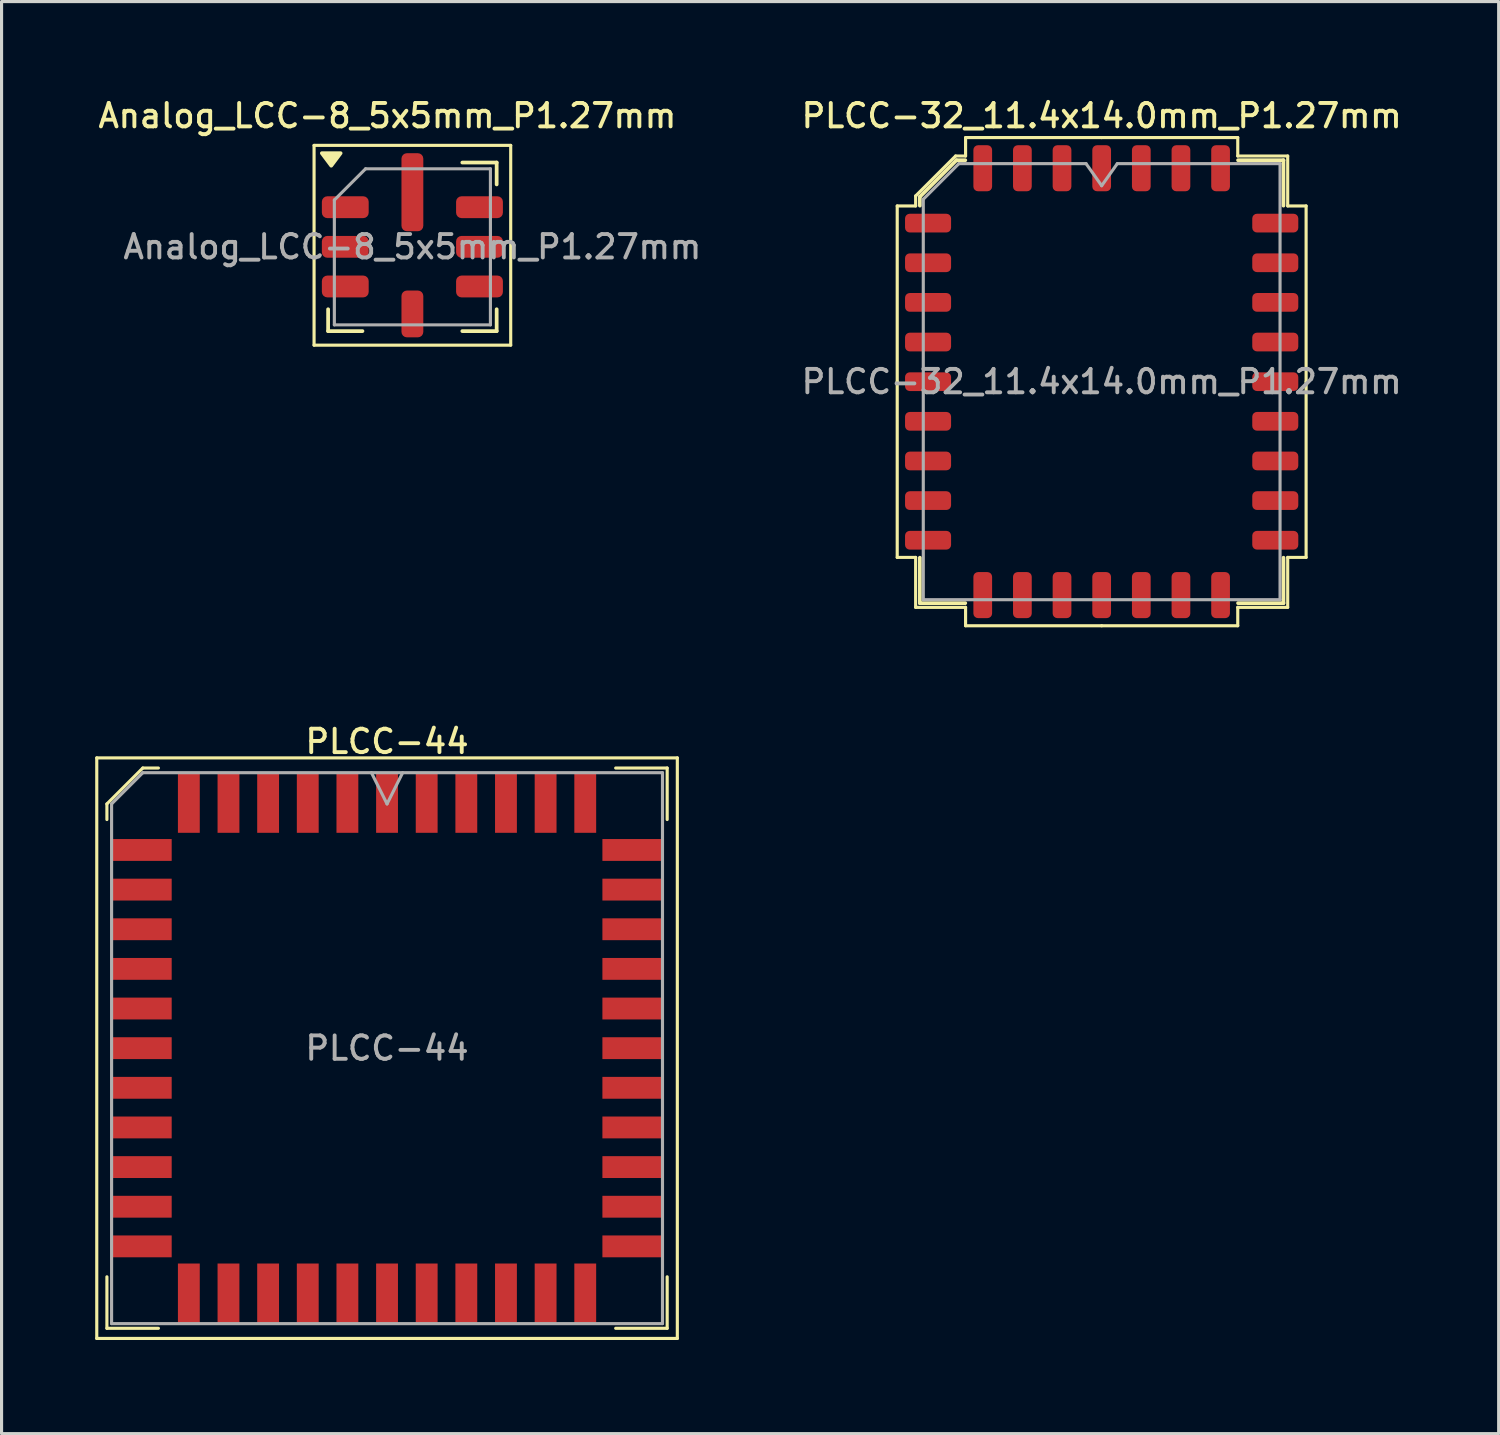
<source format=kicad_pcb>
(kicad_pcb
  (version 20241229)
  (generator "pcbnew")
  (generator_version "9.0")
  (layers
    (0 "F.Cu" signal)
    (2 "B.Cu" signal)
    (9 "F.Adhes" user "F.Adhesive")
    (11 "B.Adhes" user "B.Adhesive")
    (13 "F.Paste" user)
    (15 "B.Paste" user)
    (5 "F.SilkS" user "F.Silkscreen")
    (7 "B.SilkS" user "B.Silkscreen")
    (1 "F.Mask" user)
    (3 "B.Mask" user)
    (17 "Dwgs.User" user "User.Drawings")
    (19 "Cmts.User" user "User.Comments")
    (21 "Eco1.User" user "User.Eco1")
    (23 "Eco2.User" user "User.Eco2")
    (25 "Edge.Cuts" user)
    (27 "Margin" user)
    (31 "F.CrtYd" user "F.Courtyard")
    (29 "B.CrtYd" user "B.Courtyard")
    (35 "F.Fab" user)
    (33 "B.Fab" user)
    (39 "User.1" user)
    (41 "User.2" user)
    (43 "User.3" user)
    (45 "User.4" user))
  (footprint "PLCC-32_11.4x14.0mm_P1.27mm"
    (layer "F.Cu")
    (at 32.245 9.178)
    (property "Reference" "PLCC-32_11.4x14.0mm_P1.27mm" (at 0 -8.52 0) (layer "F.SilkS") (effects (font (size 0.75 0.75) (thickness 0.125))))
    (attr smd)
    (fp_line (start -6.55 -5.63) (end -6.55 0) (stroke (width 0.1) (type solid)) (layer "F.SilkS"))
    (fp_line (start -6.55 5.63) (end -6.55 0) (stroke (width 0.1) (type solid)) (layer "F.SilkS"))
    (fp_line (start -5.96 -5.95) (end -5.96 -5.63) (stroke (width 0.1) (type solid)) (layer "F.SilkS"))
    (fp_line (start -5.96 -5.63) (end -6.55 -5.63) (stroke (width 0.1) (type solid)) (layer "F.SilkS"))
    (fp_line (start -5.96 5.63) (end -6.55 5.63) (stroke (width 0.1) (type solid)) (layer "F.SilkS"))
    (fp_line (start -5.96 7.23) (end -5.96 5.63) (stroke (width 0.1) (type solid)) (layer "F.SilkS"))
    (fp_line (start -5.825 -5.923) (end -5.825 -5.64) (stroke (width 0.12) (type solid)) (layer "F.SilkS"))
    (fp_line (start -5.825 7.095) (end -5.825 5.64) (stroke (width 0.12) (type solid)) (layer "F.SilkS"))
    (fp_line (start -4.68 -7.23) (end -5.96 -5.95) (stroke (width 0.1) (type solid)) (layer "F.SilkS"))
    (fp_line (start -4.653 -7.095) (end -5.825 -5.923) (stroke (width 0.12) (type solid)) (layer "F.SilkS"))
    (fp_line (start -4.37 -7.095) (end -4.653 -7.095) (stroke (width 0.12) (type solid)) (layer "F.SilkS"))
    (fp_line (start -4.37 7.095) (end -5.825 7.095) (stroke (width 0.12) (type solid)) (layer "F.SilkS"))
    (fp_line (start -4.36 -7.82) (end -4.36 -7.23) (stroke (width 0.1) (type solid)) (layer "F.SilkS"))
    (fp_line (start -4.36 -7.23) (end -4.68 -7.23) (stroke (width 0.1) (type solid)) (layer "F.SilkS"))
    (fp_line (start -4.36 7.23) (end -5.96 7.23) (stroke (width 0.1) (type solid)) (layer "F.SilkS"))
    (fp_line (start -4.36 7.82) (end -4.36 7.23) (stroke (width 0.1) (type solid)) (layer "F.SilkS"))
    (fp_line (start 0 -7.82) (end -4.36 -7.82) (stroke (width 0.1) (type solid)) (layer "F.SilkS"))
    (fp_line (start 0 -7.82) (end 4.36 -7.82) (stroke (width 0.1) (type solid)) (layer "F.SilkS"))
    (fp_line (start 0 7.82) (end -4.36 7.82) (stroke (width 0.1) (type solid)) (layer "F.SilkS"))
    (fp_line (start 0 7.82) (end 4.36 7.82) (stroke (width 0.1) (type solid)) (layer "F.SilkS"))
    (fp_line (start 4.36 -7.82) (end 4.36 -7.23) (stroke (width 0.1) (type solid)) (layer "F.SilkS"))
    (fp_line (start 4.36 -7.23) (end 5.96 -7.23) (stroke (width 0.1) (type solid)) (layer "F.SilkS"))
    (fp_line (start 4.36 7.23) (end 5.96 7.23) (stroke (width 0.1) (type solid)) (layer "F.SilkS"))
    (fp_line (start 4.36 7.82) (end 4.36 7.23) (stroke (width 0.1) (type solid)) (layer "F.SilkS"))
    (fp_line (start 4.37 -7.095) (end 5.825 -7.095) (stroke (width 0.12) (type solid)) (layer "F.SilkS"))
    (fp_line (start 4.37 7.095) (end 5.825 7.095) (stroke (width 0.12) (type solid)) (layer "F.SilkS"))
    (fp_line (start 5.825 -7.095) (end 5.825 -5.64) (stroke (width 0.12) (type solid)) (layer "F.SilkS"))
    (fp_line (start 5.825 7.095) (end 5.825 5.64) (stroke (width 0.12) (type solid)) (layer "F.SilkS"))
    (fp_line (start 5.96 -7.23) (end 5.96 -5.63) (stroke (width 0.1) (type solid)) (layer "F.SilkS"))
    (fp_line (start 5.96 -5.63) (end 6.55 -5.63) (stroke (width 0.1) (type solid)) (layer "F.SilkS"))
    (fp_line (start 5.96 5.63) (end 6.55 5.63) (stroke (width 0.1) (type solid)) (layer "F.SilkS"))
    (fp_line (start 5.96 7.23) (end 5.96 5.63) (stroke (width 0.1) (type solid)) (layer "F.SilkS"))
    (fp_line (start 6.55 -5.63) (end 6.55 0) (stroke (width 0.1) (type solid)) (layer "F.SilkS"))
    (fp_line (start 6.55 5.63) (end 6.55 0) (stroke (width 0.1) (type solid)) (layer "F.SilkS"))
    (fp_line (start -5.715 -5.845) (end -4.575 -6.985) (stroke (width 0.1) (type solid)) (layer "F.Fab"))
    (fp_line (start -5.715 6.985) (end -5.715 -5.845) (stroke (width 0.1) (type solid)) (layer "F.Fab"))
    (fp_line (start -4.575 -6.985) (end -0.5 -6.985) (stroke (width 0.1) (type solid)) (layer "F.Fab"))
    (fp_line (start -0.5 -6.985) (end 0 -6.278) (stroke (width 0.1) (type solid)) (layer "F.Fab"))
    (fp_line (start 0 -6.278) (end 0.5 -6.985) (stroke (width 0.1) (type solid)) (layer "F.Fab"))
    (fp_line (start 0.5 -6.985) (end 5.715 -6.985) (stroke (width 0.1) (type solid)) (layer "F.Fab"))
    (fp_line (start 5.715 -6.985) (end 5.715 6.985) (stroke (width 0.1) (type solid)) (layer "F.Fab"))
    (fp_line (start 5.715 6.985) (end -5.715 6.985) (stroke (width 0.1) (type solid)) (layer "F.Fab"))
    (fp_text user "${REFERENCE}" (at 0 0 0) (layer "F.Fab") (effects (font (size 0.75 0.75) (thickness 0.125))))
    (pad "1" smd roundrect (at 0 -6.838) (size 0.6 1.475) (layers "F.Cu" "F.Mask" "F.Paste") (roundrect_rratio 0.25))
    (pad "2" smd roundrect (at -1.27 -6.838) (size 0.6 1.475) (layers "F.Cu" "F.Mask" "F.Paste") (roundrect_rratio 0.25))
    (pad "3" smd roundrect (at -2.54 -6.838) (size 0.6 1.475) (layers "F.Cu" "F.Mask" "F.Paste") (roundrect_rratio 0.25))
    (pad "4" smd roundrect (at -3.81 -6.838) (size 0.6 1.475) (layers "F.Cu" "F.Mask" "F.Paste") (roundrect_rratio 0.25))
    (pad "5" smd roundrect (at -5.562 -5.08) (size 1.475 0.6) (layers "F.Cu" "F.Mask" "F.Paste") (roundrect_rratio 0.25))
    (pad "6" smd roundrect (at -5.562 -3.81) (size 1.475 0.6) (layers "F.Cu" "F.Mask" "F.Paste") (roundrect_rratio 0.25))
    (pad "7" smd roundrect (at -5.562 -2.54) (size 1.475 0.6) (layers "F.Cu" "F.Mask" "F.Paste") (roundrect_rratio 0.25))
    (pad "8" smd roundrect (at -5.562 -1.27) (size 1.475 0.6) (layers "F.Cu" "F.Mask" "F.Paste") (roundrect_rratio 0.25))
    (pad "9" smd roundrect (at -5.562 0) (size 1.475 0.6) (layers "F.Cu" "F.Mask" "F.Paste") (roundrect_rratio 0.25))
    (pad "10" smd roundrect (at -5.562 1.27) (size 1.475 0.6) (layers "F.Cu" "F.Mask" "F.Paste") (roundrect_rratio 0.25))
    (pad "11" smd roundrect (at -5.562 2.54) (size 1.475 0.6) (layers "F.Cu" "F.Mask" "F.Paste") (roundrect_rratio 0.25))
    (pad "12" smd roundrect (at -5.562 3.81) (size 1.475 0.6) (layers "F.Cu" "F.Mask" "F.Paste") (roundrect_rratio 0.25))
    (pad "13" smd roundrect (at -5.562 5.08) (size 1.475 0.6) (layers "F.Cu" "F.Mask" "F.Paste") (roundrect_rratio 0.25))
    (pad "14" smd roundrect (at -3.81 6.838) (size 0.6 1.475) (layers "F.Cu" "F.Mask" "F.Paste") (roundrect_rratio 0.25))
    (pad "15" smd roundrect (at -2.54 6.838) (size 0.6 1.475) (layers "F.Cu" "F.Mask" "F.Paste") (roundrect_rratio 0.25))
    (pad "16" smd roundrect (at -1.27 6.838) (size 0.6 1.475) (layers "F.Cu" "F.Mask" "F.Paste") (roundrect_rratio 0.25))
    (pad "17" smd roundrect (at 0 6.838) (size 0.6 1.475) (layers "F.Cu" "F.Mask" "F.Paste") (roundrect_rratio 0.25))
    (pad "18" smd roundrect (at 1.27 6.838) (size 0.6 1.475) (layers "F.Cu" "F.Mask" "F.Paste") (roundrect_rratio 0.25))
    (pad "19" smd roundrect (at 2.54 6.838) (size 0.6 1.475) (layers "F.Cu" "F.Mask" "F.Paste") (roundrect_rratio 0.25))
    (pad "20" smd roundrect (at 3.81 6.838) (size 0.6 1.475) (layers "F.Cu" "F.Mask" "F.Paste") (roundrect_rratio 0.25))
    (pad "21" smd roundrect (at 5.562 5.08) (size 1.475 0.6) (layers "F.Cu" "F.Mask" "F.Paste") (roundrect_rratio 0.25))
    (pad "22" smd roundrect (at 5.562 3.81) (size 1.475 0.6) (layers "F.Cu" "F.Mask" "F.Paste") (roundrect_rratio 0.25))
    (pad "23" smd roundrect (at 5.562 2.54) (size 1.475 0.6) (layers "F.Cu" "F.Mask" "F.Paste") (roundrect_rratio 0.25))
    (pad "24" smd roundrect (at 5.562 1.27) (size 1.475 0.6) (layers "F.Cu" "F.Mask" "F.Paste") (roundrect_rratio 0.25))
    (pad "25" smd roundrect (at 5.562 0) (size 1.475 0.6) (layers "F.Cu" "F.Mask" "F.Paste") (roundrect_rratio 0.25))
    (pad "26" smd roundrect (at 5.562 -1.27) (size 1.475 0.6) (layers "F.Cu" "F.Mask" "F.Paste") (roundrect_rratio 0.25))
    (pad "27" smd roundrect (at 5.562 -2.54) (size 1.475 0.6) (layers "F.Cu" "F.Mask" "F.Paste") (roundrect_rratio 0.25))
    (pad "28" smd roundrect (at 5.562 -3.81) (size 1.475 0.6) (layers "F.Cu" "F.Mask" "F.Paste") (roundrect_rratio 0.25))
    (pad "29" smd roundrect (at 5.562 -5.08) (size 1.475 0.6) (layers "F.Cu" "F.Mask" "F.Paste") (roundrect_rratio 0.25))
    (pad "30" smd roundrect (at 3.81 -6.838) (size 0.6 1.475) (layers "F.Cu" "F.Mask" "F.Paste") (roundrect_rratio 0.25))
    (pad "31" smd roundrect (at 2.54 -6.838) (size 0.6 1.475) (layers "F.Cu" "F.Mask" "F.Paste") (roundrect_rratio 0.25))
    (pad "32" smd roundrect (at 1.27 -6.838) (size 0.6 1.475) (layers "F.Cu" "F.Mask" "F.Paste") (roundrect_rratio 0.25)))
  (footprint "PLCC-44"
    (layer "F.Cu")
    (at 9.35 30.531)
    (property "Reference" "PLCC-44" (at 0 -9.825 0) (layer "F.SilkS") (effects (font (size 0.75 0.75) (thickness 0.125))))
    (attr smd)
    (fp_line (start -9.3 -9.3) (end -9.3 9.3) (stroke (width 0.1) (type solid)) (layer "F.SilkS"))
    (fp_line (start -9.3 9.3) (end 9.3 9.3) (stroke (width 0.1) (type solid)) (layer "F.SilkS"))
    (fp_line (start -8.975 -7.825) (end -8.975 -7.325) (stroke (width 0.1) (type solid)) (layer "F.SilkS"))
    (fp_line (start -8.975 8.975) (end -8.975 7.325) (stroke (width 0.1) (type solid)) (layer "F.SilkS"))
    (fp_line (start -7.825 -8.975) (end -8.975 -7.825) (stroke (width 0.1) (type solid)) (layer "F.SilkS"))
    (fp_line (start -7.325 -8.975) (end -7.825 -8.975) (stroke (width 0.1) (type solid)) (layer "F.SilkS"))
    (fp_line (start -7.325 8.975) (end -8.975 8.975) (stroke (width 0.1) (type solid)) (layer "F.SilkS"))
    (fp_line (start 7.325 -8.975) (end 8.975 -8.975) (stroke (width 0.1) (type solid)) (layer "F.SilkS"))
    (fp_line (start 7.325 8.975) (end 8.975 8.975) (stroke (width 0.1) (type solid)) (layer "F.SilkS"))
    (fp_line (start 8.975 -8.975) (end 8.975 -7.325) (stroke (width 0.1) (type solid)) (layer "F.SilkS"))
    (fp_line (start 8.975 8.975) (end 8.975 7.325) (stroke (width 0.1) (type solid)) (layer "F.SilkS"))
    (fp_line (start 9.3 -9.3) (end -9.3 -9.3) (stroke (width 0.1) (type solid)) (layer "F.SilkS"))
    (fp_line (start 9.3 9.3) (end 9.3 -9.3) (stroke (width 0.1) (type solid)) (layer "F.SilkS"))
    (fp_line (start -8.825 -7.825) (end -8.825 8.825) (stroke (width 0.1) (type solid)) (layer "F.Fab"))
    (fp_line (start -8.825 8.825) (end 8.825 8.825) (stroke (width 0.1) (type solid)) (layer "F.Fab"))
    (fp_line (start -7.825 -8.825) (end -8.825 -7.825) (stroke (width 0.1) (type solid)) (layer "F.Fab"))
    (fp_line (start -0.5 -8.825) (end 0 -7.825) (stroke (width 0.1) (type solid)) (layer "F.Fab"))
    (fp_line (start 0 -7.825) (end 0.5 -8.825) (stroke (width 0.1) (type solid)) (layer "F.Fab"))
    (fp_line (start 8.825 -8.825) (end -7.825 -8.825) (stroke (width 0.1) (type solid)) (layer "F.Fab"))
    (fp_line (start 8.825 8.825) (end 8.825 -8.825) (stroke (width 0.1) (type solid)) (layer "F.Fab"))
    (fp_text user "${REFERENCE}" (at 0 0 0) (layer "F.Fab") (effects (font (size 0.75 0.75) (thickness 0.125))))
    (pad "1" smd rect (at 0 -7.862) (size 0.7 1.925) (layers "F.Cu" "F.Mask" "F.Paste"))
    (pad "2" smd rect (at -1.27 -7.862) (size 0.7 1.925) (layers "F.Cu" "F.Mask" "F.Paste"))
    (pad "3" smd rect (at -2.54 -7.862) (size 0.7 1.925) (layers "F.Cu" "F.Mask" "F.Paste"))
    (pad "4" smd rect (at -3.81 -7.862) (size 0.7 1.925) (layers "F.Cu" "F.Mask" "F.Paste"))
    (pad "5" smd rect (at -5.08 -7.862) (size 0.7 1.925) (layers "F.Cu" "F.Mask" "F.Paste"))
    (pad "6" smd rect (at -6.35 -7.862) (size 0.7 1.925) (layers "F.Cu" "F.Mask" "F.Paste"))
    (pad "7" smd rect (at -7.862 -6.35) (size 1.925 0.7) (layers "F.Cu" "F.Mask" "F.Paste"))
    (pad "8" smd rect (at -7.862 -5.08) (size 1.925 0.7) (layers "F.Cu" "F.Mask" "F.Paste"))
    (pad "9" smd rect (at -7.862 -3.81) (size 1.925 0.7) (layers "F.Cu" "F.Mask" "F.Paste"))
    (pad "10" smd rect (at -7.862 -2.54) (size 1.925 0.7) (layers "F.Cu" "F.Mask" "F.Paste"))
    (pad "11" smd rect (at -7.862 -1.27) (size 1.925 0.7) (layers "F.Cu" "F.Mask" "F.Paste"))
    (pad "12" smd rect (at -7.862 0) (size 1.925 0.7) (layers "F.Cu" "F.Mask" "F.Paste"))
    (pad "13" smd rect (at -7.862 1.27) (size 1.925 0.7) (layers "F.Cu" "F.Mask" "F.Paste"))
    (pad "14" smd rect (at -7.862 2.54) (size 1.925 0.7) (layers "F.Cu" "F.Mask" "F.Paste"))
    (pad "15" smd rect (at -7.862 3.81) (size 1.925 0.7) (layers "F.Cu" "F.Mask" "F.Paste"))
    (pad "16" smd rect (at -7.862 5.08) (size 1.925 0.7) (layers "F.Cu" "F.Mask" "F.Paste"))
    (pad "17" smd rect (at -7.862 6.35) (size 1.925 0.7) (layers "F.Cu" "F.Mask" "F.Paste"))
    (pad "18" smd rect (at -6.35 7.862) (size 0.7 1.925) (layers "F.Cu" "F.Mask" "F.Paste"))
    (pad "19" smd rect (at -5.08 7.862) (size 0.7 1.925) (layers "F.Cu" "F.Mask" "F.Paste"))
    (pad "20" smd rect (at -3.81 7.862) (size 0.7 1.925) (layers "F.Cu" "F.Mask" "F.Paste"))
    (pad "21" smd rect (at -2.54 7.862) (size 0.7 1.925) (layers "F.Cu" "F.Mask" "F.Paste"))
    (pad "22" smd rect (at -1.27 7.862) (size 0.7 1.925) (layers "F.Cu" "F.Mask" "F.Paste"))
    (pad "23" smd rect (at 0 7.862) (size 0.7 1.925) (layers "F.Cu" "F.Mask" "F.Paste"))
    (pad "24" smd rect (at 1.27 7.862) (size 0.7 1.925) (layers "F.Cu" "F.Mask" "F.Paste"))
    (pad "25" smd rect (at 2.54 7.862) (size 0.7 1.925) (layers "F.Cu" "F.Mask" "F.Paste"))
    (pad "26" smd rect (at 3.81 7.862) (size 0.7 1.925) (layers "F.Cu" "F.Mask" "F.Paste"))
    (pad "27" smd rect (at 5.08 7.862) (size 0.7 1.925) (layers "F.Cu" "F.Mask" "F.Paste"))
    (pad "28" smd rect (at 6.35 7.862) (size 0.7 1.925) (layers "F.Cu" "F.Mask" "F.Paste"))
    (pad "29" smd rect (at 7.862 6.35) (size 1.925 0.7) (layers "F.Cu" "F.Mask" "F.Paste"))
    (pad "30" smd rect (at 7.862 5.08) (size 1.925 0.7) (layers "F.Cu" "F.Mask" "F.Paste"))
    (pad "31" smd rect (at 7.862 3.81) (size 1.925 0.7) (layers "F.Cu" "F.Mask" "F.Paste"))
    (pad "32" smd rect (at 7.862 2.54) (size 1.925 0.7) (layers "F.Cu" "F.Mask" "F.Paste"))
    (pad "33" smd rect (at 7.862 1.27) (size 1.925 0.7) (layers "F.Cu" "F.Mask" "F.Paste"))
    (pad "34" smd rect (at 7.862 0) (size 1.925 0.7) (layers "F.Cu" "F.Mask" "F.Paste"))
    (pad "35" smd rect (at 7.862 -1.27) (size 1.925 0.7) (layers "F.Cu" "F.Mask" "F.Paste"))
    (pad "36" smd rect (at 7.862 -2.54) (size 1.925 0.7) (layers "F.Cu" "F.Mask" "F.Paste"))
    (pad "37" smd rect (at 7.862 -3.81) (size 1.925 0.7) (layers "F.Cu" "F.Mask" "F.Paste"))
    (pad "38" smd rect (at 7.862 -5.08) (size 1.925 0.7) (layers "F.Cu" "F.Mask" "F.Paste"))
    (pad "39" smd rect (at 7.862 -6.35) (size 1.925 0.7) (layers "F.Cu" "F.Mask" "F.Paste"))
    (pad "40" smd rect (at 6.35 -7.862) (size 0.7 1.925) (layers "F.Cu" "F.Mask" "F.Paste"))
    (pad "41" smd rect (at 5.08 -7.862) (size 0.7 1.925) (layers "F.Cu" "F.Mask" "F.Paste"))
    (pad "42" smd rect (at 3.81 -7.862) (size 0.7 1.925) (layers "F.Cu" "F.Mask" "F.Paste"))
    (pad "43" smd rect (at 2.54 -7.862) (size 0.7 1.925) (layers "F.Cu" "F.Mask" "F.Paste"))
    (pad "44" smd rect (at 1.27 -7.862) (size 0.7 1.925) (layers "F.Cu" "F.Mask" "F.Paste")))
  (footprint "Analog_LCC-8_5x5mm_P1.27mm"
    (layer "F.Cu")
    (at 10.162 4.858)
    (property "Reference" "Analog_LCC-8_5x5mm_P1.27mm" (at -0.8 -4.2 0) (layer "F.SilkS") (effects (font (size 0.75 0.75) (thickness 0.125))))
    (attr smd)
    (fp_line (start -3.15 -3.25) (end -3.15 3.15) (stroke (width 0.1) (type solid)) (layer "F.SilkS"))
    (fp_line (start -3.15 3.15) (end 3.15 3.15) (stroke (width 0.1) (type solid)) (layer "F.SilkS"))
    (fp_line (start -2.7 2.7) (end -2.7 2) (stroke (width 0.12) (type solid)) (layer "F.SilkS"))
    (fp_line (start -1.6 2.7) (end -2.7 2.7) (stroke (width 0.12) (type solid)) (layer "F.SilkS"))
    (fp_line (start 1.6 -2.7) (end 2.7 -2.7) (stroke (width 0.12) (type solid)) (layer "F.SilkS"))
    (fp_line (start 2.7 -2.7) (end 2.7 -2) (stroke (width 0.12) (type solid)) (layer "F.SilkS"))
    (fp_line (start 2.7 2) (end 2.7 2.7) (stroke (width 0.12) (type solid)) (layer "F.SilkS"))
    (fp_line (start 2.7 2.7) (end 1.6 2.7) (stroke (width 0.12) (type solid)) (layer "F.SilkS"))
    (fp_line (start 3.15 -3.25) (end -3.15 -3.25) (stroke (width 0.1) (type solid)) (layer "F.SilkS"))
    (fp_line (start 3.15 3.15) (end 3.15 -3.25) (stroke (width 0.1) (type solid)) (layer "F.SilkS"))
    (fp_poly (pts (xy -2.6 -2.6) (xy -2.9 -3) (xy -2.3 -3)) (stroke (width 0.12) (type solid)) (fill yes) (layer "F.SilkS"))
    (fp_line (start -2.5 -1.5) (end -2.5 2.5) (stroke (width 0.1) (type solid)) (layer "F.Fab"))
    (fp_line (start -2.5 -1.5) (end -1.5 -2.5) (stroke (width 0.1) (type solid)) (layer "F.Fab"))
    (fp_line (start -2.5 2.5) (end 2.5 2.5) (stroke (width 0.1) (type solid)) (layer "F.Fab"))
    (fp_line (start 2.5 -2.5) (end -1.5 -2.5) (stroke (width 0.1) (type solid)) (layer "F.Fab"))
    (fp_line (start 2.5 2.5) (end 2.5 -2.5) (stroke (width 0.1) (type solid)) (layer "F.Fab"))
    (fp_text user "${REFERENCE}" (at 0 0 0) (layer "F.Fab") (effects (font (size 0.75 0.75) (thickness 0.125))))
    (pad "1" smd roundrect (at -2.15 -1.27 90) (size 0.7 1.5) (layers "F.Cu" "F.Mask" "F.Paste") (roundrect_rratio 0.25))
    (pad "2" smd roundrect (at -2.15 0 90) (size 0.7 1.5) (layers "F.Cu" "F.Mask" "F.Paste") (roundrect_rratio 0.25))
    (pad "3" smd roundrect (at -2.15 1.27 90) (size 0.7 1.5) (layers "F.Cu" "F.Mask" "F.Paste") (roundrect_rratio 0.25))
    (pad "4" smd roundrect (at 0 2.15 90) (size 1.5 0.7) (layers "F.Cu" "F.Mask" "F.Paste") (roundrect_rratio 0.25))
    (pad "5" smd roundrect (at 2.15 1.27) (size 1.5 0.7) (layers "F.Cu" "F.Mask" "F.Paste") (roundrect_rratio 0.25))
    (pad "6" smd roundrect (at 2.15 0) (size 1.5 0.7) (layers "F.Cu" "F.Mask" "F.Paste") (roundrect_rratio 0.25))
    (pad "7" smd roundrect (at 2.15 -1.27) (size 1.5 0.7) (layers "F.Cu" "F.Mask" "F.Paste") (roundrect_rratio 0.25))
    (pad "8" smd roundrect (at 0 -1.75 90) (size 2.5 0.7) (layers "F.Cu" "F.Mask" "F.Paste") (roundrect_rratio 0.25)))
  (gr_rect
    (start -3 -3)
    (end 44.964 42.881)
    (stroke (width 0.1) (type default))
    (fill no)
    (layer "Edge.Cuts")))
</source>
